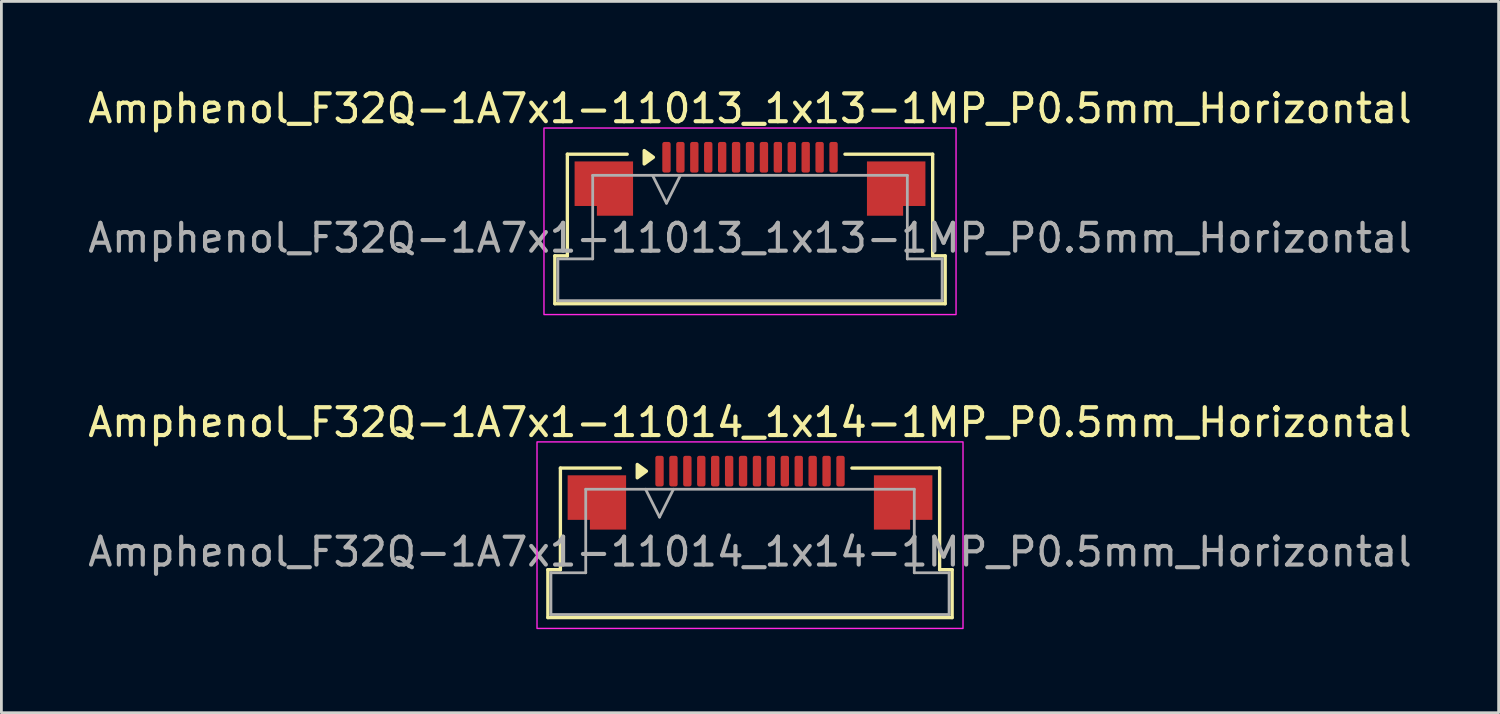
<source format=kicad_pcb>
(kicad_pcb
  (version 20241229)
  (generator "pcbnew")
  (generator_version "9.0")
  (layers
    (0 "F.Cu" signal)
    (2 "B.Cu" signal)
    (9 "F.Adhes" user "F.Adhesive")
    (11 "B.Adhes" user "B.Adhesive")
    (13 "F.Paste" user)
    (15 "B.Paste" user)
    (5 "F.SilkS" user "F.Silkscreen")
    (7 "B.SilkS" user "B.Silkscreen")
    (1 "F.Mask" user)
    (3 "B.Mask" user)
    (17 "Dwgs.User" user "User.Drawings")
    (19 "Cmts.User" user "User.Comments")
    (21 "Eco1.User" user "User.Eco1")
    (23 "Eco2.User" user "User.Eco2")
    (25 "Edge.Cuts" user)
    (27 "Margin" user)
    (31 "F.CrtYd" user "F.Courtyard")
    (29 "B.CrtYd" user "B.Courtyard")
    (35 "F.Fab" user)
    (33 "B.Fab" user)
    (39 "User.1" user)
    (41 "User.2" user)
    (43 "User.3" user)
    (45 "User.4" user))
  (footprint "Amphenol_F32Q-1A7x1-11013_1x13-1MP_P0.5mm_Horizontal"
    (layer "F.Cu")
    (at 23.887 5.498)
    (property "Reference" "Amphenol_F32Q-1A7x1-11013_1x13-1MP_P0.5mm_Horizontal" (at 0 -4.65 0) (layer "F.SilkS") (effects (font (size 1 1) (thickness 0.15))))
    (attr smd)
    (fp_line (start -7.01 0.64) (end -6.56 0.64) (stroke (width 0.12) (type solid)) (layer "F.SilkS"))
    (fp_line (start -7.01 2.36) (end -7.01 0.64) (stroke (width 0.12) (type solid)) (layer "F.SilkS"))
    (fp_line (start -6.56 -3.01) (end -4.41 -3.01) (stroke (width 0.12) (type solid)) (layer "F.SilkS"))
    (fp_line (start -6.56 0.64) (end -6.56 -3.01) (stroke (width 0.12) (type solid)) (layer "F.SilkS"))
    (fp_line (start 3.41 -3.01) (end 6.56 -3.01) (stroke (width 0.12) (type solid)) (layer "F.SilkS"))
    (fp_line (start 6.56 -3.01) (end 6.56 0.64) (stroke (width 0.12) (type solid)) (layer "F.SilkS"))
    (fp_line (start 6.56 0.64) (end 7.01 0.64) (stroke (width 0.12) (type solid)) (layer "F.SilkS"))
    (fp_line (start 7.01 0.64) (end 7.01 2.36) (stroke (width 0.12) (type solid)) (layer "F.SilkS"))
    (fp_line (start 7.01 2.36) (end -7.01 2.36) (stroke (width 0.12) (type solid)) (layer "F.SilkS"))
    (fp_poly (pts (xy -3.47 -2.9) (xy -3.8 -2.66) (xy -3.8 -3.14)) (stroke (width 0.12) (type solid)) (fill yes) (layer "F.SilkS"))
    (fp_rect (start -7.4 -3.95) (end 7.4 2.75) (stroke (width 0.05) (type solid)) (fill no) (layer "F.CrtYd"))
    (fp_line (start -6.9 0.75) (end -5.65 0.75) (stroke (width 0.1) (type solid)) (layer "F.Fab"))
    (fp_line (start -6.9 2.25) (end -6.9 0.75) (stroke (width 0.1) (type solid)) (layer "F.Fab"))
    (fp_line (start -5.65 -2.25) (end 5.65 -2.25) (stroke (width 0.1) (type solid)) (layer "F.Fab"))
    (fp_line (start -5.65 0.75) (end -5.65 -2.25) (stroke (width 0.1) (type solid)) (layer "F.Fab"))
    (fp_line (start -3.5 -2.25) (end -3 -1.25) (stroke (width 0.1) (type solid)) (layer "F.Fab"))
    (fp_line (start -3 -1.25) (end -2.5 -2.25) (stroke (width 0.1) (type solid)) (layer "F.Fab"))
    (fp_line (start 5.65 -2.25) (end 5.65 0.75) (stroke (width 0.1) (type solid)) (layer "F.Fab"))
    (fp_line (start 5.65 0.75) (end 6.9 0.75) (stroke (width 0.1) (type solid)) (layer "F.Fab"))
    (fp_line (start 6.9 0.75) (end 6.9 2.25) (stroke (width 0.1) (type solid)) (layer "F.Fab"))
    (fp_line (start 6.9 2.25) (end -6.9 2.25) (stroke (width 0.1) (type solid)) (layer "F.Fab"))
    (fp_text user "${REFERENCE}" (at 0 0 0) (layer "F.Fab") (effects (font (size 1 1) (thickness 0.15))))
    (pad "1" smd roundrect (at -3 -2.9) (size 0.3 1.1) (layers "F.Cu" "F.Mask" "F.Paste") (roundrect_rratio 0.25))
    (pad "2" smd roundrect (at -2.5 -2.9) (size 0.3 1.1) (layers "F.Cu" "F.Mask" "F.Paste") (roundrect_rratio 0.25))
    (pad "3" smd roundrect (at -2 -2.9) (size 0.3 1.1) (layers "F.Cu" "F.Mask" "F.Paste") (roundrect_rratio 0.25))
    (pad "4" smd roundrect (at -1.5 -2.9) (size 0.3 1.1) (layers "F.Cu" "F.Mask" "F.Paste") (roundrect_rratio 0.25))
    (pad "5" smd roundrect (at -1 -2.9) (size 0.3 1.1) (layers "F.Cu" "F.Mask" "F.Paste") (roundrect_rratio 0.25))
    (pad "6" smd roundrect (at -0.5 -2.9) (size 0.3 1.1) (layers "F.Cu" "F.Mask" "F.Paste") (roundrect_rratio 0.25))
    (pad "7" smd roundrect (at 0 -2.9) (size 0.3 1.1) (layers "F.Cu" "F.Mask" "F.Paste") (roundrect_rratio 0.25))
    (pad "8" smd roundrect (at 0.5 -2.9) (size 0.3 1.1) (layers "F.Cu" "F.Mask" "F.Paste") (roundrect_rratio 0.25))
    (pad "9" smd roundrect (at 1 -2.9) (size 0.3 1.1) (layers "F.Cu" "F.Mask" "F.Paste") (roundrect_rratio 0.25))
    (pad "10" smd roundrect (at 1.5 -2.9) (size 0.3 1.1) (layers "F.Cu" "F.Mask" "F.Paste") (roundrect_rratio 0.25))
    (pad "11" smd roundrect (at 2 -2.9) (size 0.3 1.1) (layers "F.Cu" "F.Mask" "F.Paste") (roundrect_rratio 0.25))
    (pad "12" smd roundrect (at 2.5 -2.9) (size 0.3 1.1) (layers "F.Cu" "F.Mask" "F.Paste") (roundrect_rratio 0.25))
    (pad "13" smd roundrect (at 3 -2.9) (size 0.3 1.1) (layers "F.Cu" "F.Mask" "F.Paste") (roundrect_rratio 0.25))
    (pad "MP" smd custom (at -5.25 -1.775) (size 1 1) (layers "F.Cu" "F.Mask" "F.Paste") (options (anchor circle)) (primitives (gr_poly (pts (xy 1.05 -0.975) (xy 1.05 0.975) (xy -0.25 0.975) (xy -0.25 0.625) (xy -1.05 0.625) (xy -1.05 -0.975)) (width 0) (fill yes))))
    (pad "MP" smd custom (at 5.25 -1.775) (size 1 1) (layers "F.Cu" "F.Mask" "F.Paste") (options (anchor circle)) (primitives (gr_poly (pts (xy -1.05 -0.975) (xy -1.05 0.975) (xy 0.25 0.975) (xy 0.25 0.625) (xy 1.05 0.625) (xy 1.05 -0.975)) (width 0) (fill yes)))))
  (footprint "Amphenol_F32Q-1A7x1-11014_1x14-1MP_P0.5mm_Horizontal"
    (layer "F.Cu")
    (at 23.887 16.771)
    (property "Reference" "Amphenol_F32Q-1A7x1-11014_1x14-1MP_P0.5mm_Horizontal" (at 0 -4.65 0) (layer "F.SilkS") (effects (font (size 1 1) (thickness 0.15))))
    (attr smd)
    (fp_line (start -7.26 0.64) (end -6.81 0.64) (stroke (width 0.12) (type solid)) (layer "F.SilkS"))
    (fp_line (start -7.26 2.36) (end -7.26 0.64) (stroke (width 0.12) (type solid)) (layer "F.SilkS"))
    (fp_line (start -6.81 -3.01) (end -4.66 -3.01) (stroke (width 0.12) (type solid)) (layer "F.SilkS"))
    (fp_line (start -6.81 0.64) (end -6.81 -3.01) (stroke (width 0.12) (type solid)) (layer "F.SilkS"))
    (fp_line (start 3.66 -3.01) (end 6.81 -3.01) (stroke (width 0.12) (type solid)) (layer "F.SilkS"))
    (fp_line (start 6.81 -3.01) (end 6.81 0.64) (stroke (width 0.12) (type solid)) (layer "F.SilkS"))
    (fp_line (start 6.81 0.64) (end 7.26 0.64) (stroke (width 0.12) (type solid)) (layer "F.SilkS"))
    (fp_line (start 7.26 0.64) (end 7.26 2.36) (stroke (width 0.12) (type solid)) (layer "F.SilkS"))
    (fp_line (start 7.26 2.36) (end -7.26 2.36) (stroke (width 0.12) (type solid)) (layer "F.SilkS"))
    (fp_poly (pts (xy -3.72 -2.9) (xy -4.05 -2.66) (xy -4.05 -3.14)) (stroke (width 0.12) (type solid)) (fill yes) (layer "F.SilkS"))
    (fp_rect (start -7.65 -3.95) (end 7.65 2.75) (stroke (width 0.05) (type solid)) (fill no) (layer "F.CrtYd"))
    (fp_line (start -7.15 0.75) (end -5.9 0.75) (stroke (width 0.1) (type solid)) (layer "F.Fab"))
    (fp_line (start -7.15 2.25) (end -7.15 0.75) (stroke (width 0.1) (type solid)) (layer "F.Fab"))
    (fp_line (start -5.9 -2.25) (end 5.9 -2.25) (stroke (width 0.1) (type solid)) (layer "F.Fab"))
    (fp_line (start -5.9 0.75) (end -5.9 -2.25) (stroke (width 0.1) (type solid)) (layer "F.Fab"))
    (fp_line (start -3.75 -2.25) (end -3.25 -1.25) (stroke (width 0.1) (type solid)) (layer "F.Fab"))
    (fp_line (start -3.25 -1.25) (end -2.75 -2.25) (stroke (width 0.1) (type solid)) (layer "F.Fab"))
    (fp_line (start 5.9 -2.25) (end 5.9 0.75) (stroke (width 0.1) (type solid)) (layer "F.Fab"))
    (fp_line (start 5.9 0.75) (end 7.15 0.75) (stroke (width 0.1) (type solid)) (layer "F.Fab"))
    (fp_line (start 7.15 0.75) (end 7.15 2.25) (stroke (width 0.1) (type solid)) (layer "F.Fab"))
    (fp_line (start 7.15 2.25) (end -7.15 2.25) (stroke (width 0.1) (type solid)) (layer "F.Fab"))
    (fp_text user "${REFERENCE}" (at 0 0 0) (layer "F.Fab") (effects (font (size 1 1) (thickness 0.15))))
    (pad "1" smd roundrect (at -3.25 -2.9) (size 0.3 1.1) (layers "F.Cu" "F.Mask" "F.Paste") (roundrect_rratio 0.25))
    (pad "2" smd roundrect (at -2.75 -2.9) (size 0.3 1.1) (layers "F.Cu" "F.Mask" "F.Paste") (roundrect_rratio 0.25))
    (pad "3" smd roundrect (at -2.25 -2.9) (size 0.3 1.1) (layers "F.Cu" "F.Mask" "F.Paste") (roundrect_rratio 0.25))
    (pad "4" smd roundrect (at -1.75 -2.9) (size 0.3 1.1) (layers "F.Cu" "F.Mask" "F.Paste") (roundrect_rratio 0.25))
    (pad "5" smd roundrect (at -1.25 -2.9) (size 0.3 1.1) (layers "F.Cu" "F.Mask" "F.Paste") (roundrect_rratio 0.25))
    (pad "6" smd roundrect (at -0.75 -2.9) (size 0.3 1.1) (layers "F.Cu" "F.Mask" "F.Paste") (roundrect_rratio 0.25))
    (pad "7" smd roundrect (at -0.25 -2.9) (size 0.3 1.1) (layers "F.Cu" "F.Mask" "F.Paste") (roundrect_rratio 0.25))
    (pad "8" smd roundrect (at 0.25 -2.9) (size 0.3 1.1) (layers "F.Cu" "F.Mask" "F.Paste") (roundrect_rratio 0.25))
    (pad "9" smd roundrect (at 0.75 -2.9) (size 0.3 1.1) (layers "F.Cu" "F.Mask" "F.Paste") (roundrect_rratio 0.25))
    (pad "10" smd roundrect (at 1.25 -2.9) (size 0.3 1.1) (layers "F.Cu" "F.Mask" "F.Paste") (roundrect_rratio 0.25))
    (pad "11" smd roundrect (at 1.75 -2.9) (size 0.3 1.1) (layers "F.Cu" "F.Mask" "F.Paste") (roundrect_rratio 0.25))
    (pad "12" smd roundrect (at 2.25 -2.9) (size 0.3 1.1) (layers "F.Cu" "F.Mask" "F.Paste") (roundrect_rratio 0.25))
    (pad "13" smd roundrect (at 2.75 -2.9) (size 0.3 1.1) (layers "F.Cu" "F.Mask" "F.Paste") (roundrect_rratio 0.25))
    (pad "14" smd roundrect (at 3.25 -2.9) (size 0.3 1.1) (layers "F.Cu" "F.Mask" "F.Paste") (roundrect_rratio 0.25))
    (pad "MP" smd custom (at -5.5 -1.775) (size 1 1) (layers "F.Cu" "F.Mask" "F.Paste") (options (anchor circle)) (primitives (gr_poly (pts (xy 1.05 -0.975) (xy 1.05 0.975) (xy -0.25 0.975) (xy -0.25 0.625) (xy -1.05 0.625) (xy -1.05 -0.975)) (width 0) (fill yes))))
    (pad "MP" smd custom (at 5.5 -1.775) (size 1 1) (layers "F.Cu" "F.Mask" "F.Paste") (options (anchor circle)) (primitives (gr_poly (pts (xy -1.05 -0.975) (xy -1.05 0.975) (xy 0.25 0.975) (xy 0.25 0.625) (xy 1.05 0.625) (xy 1.05 -0.975)) (width 0) (fill yes)))))
  (gr_rect
    (start -3 -3)
    (end 50.774 22.547)
    (stroke (width 0.1) (type default))
    (fill no)
    (layer "Edge.Cuts")))
</source>
